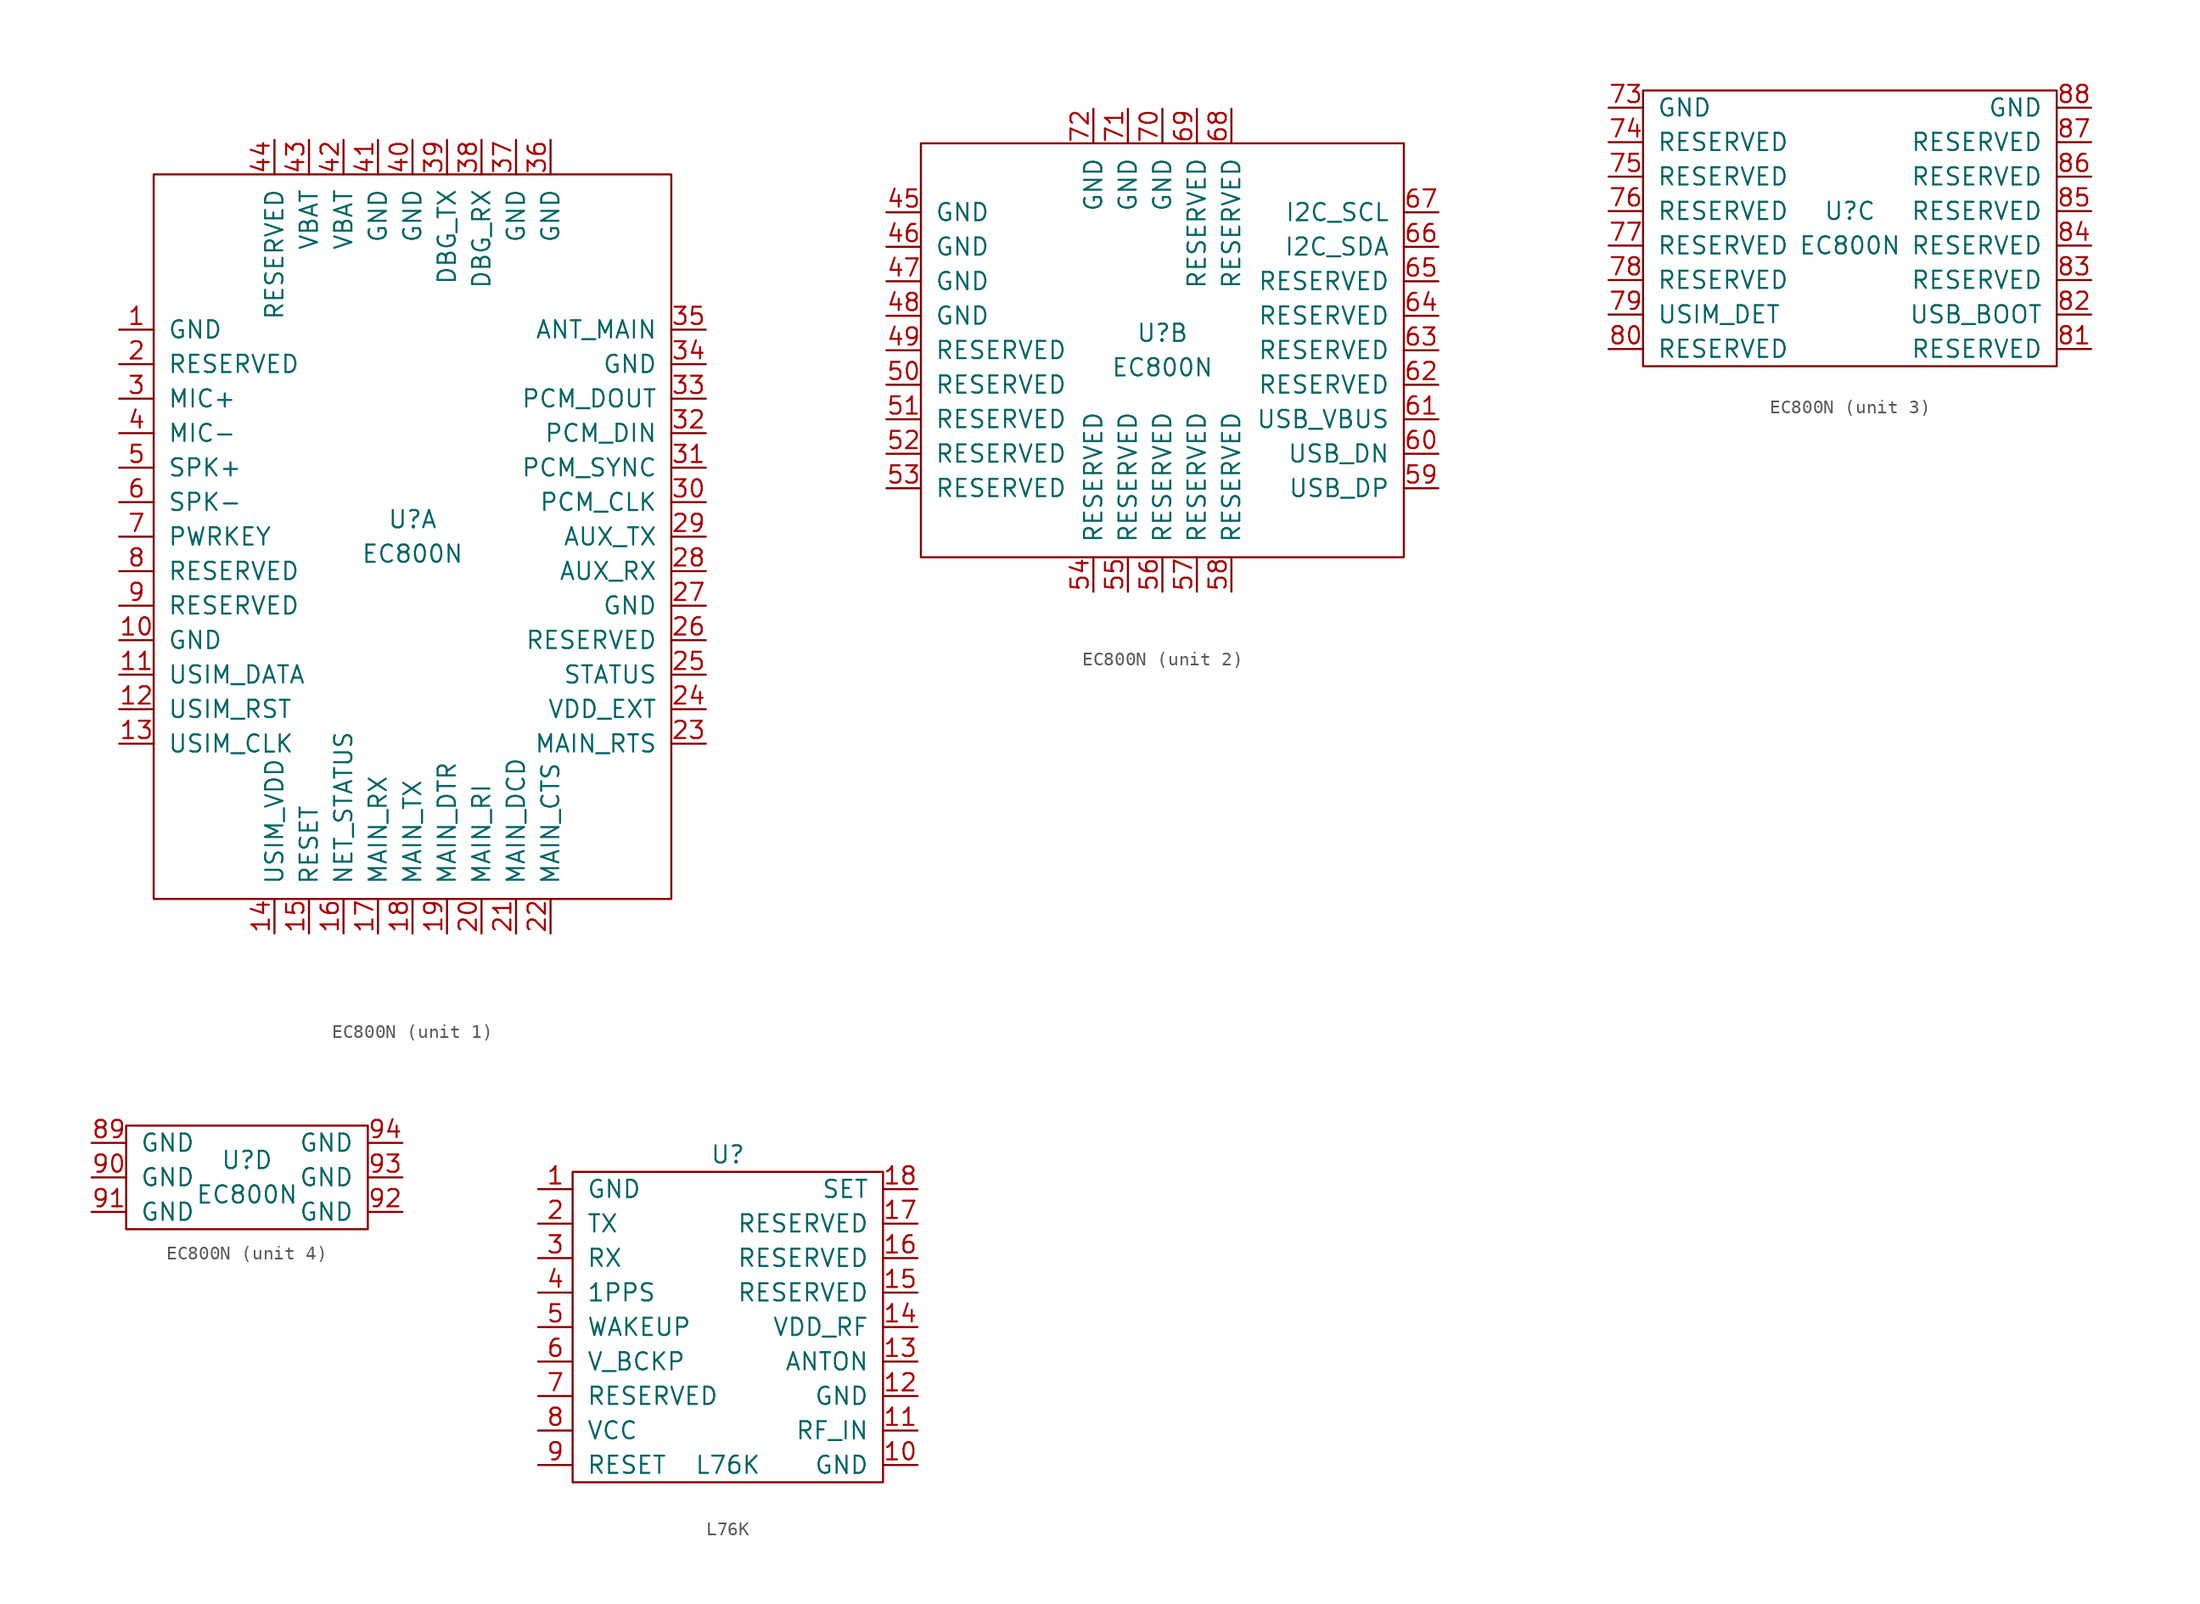
<source format=kicad_sym>
(kicad_symbol_lib
  (version 20211014)
  (generator kicad_symbol_editor)
  (symbol "EC800N"
    (pin_names
      (offset 1.016))
    (property "Reference" "U"
      (at 0 1.27 0)
      (effects (font (size 1.27 1.27))))
    (property "Value" "EC800N"
      (at 0 -1.27 0)
      (effects (font (size 1.27 1.27))))
    (property "ki_locked" ""
      (at 0 0 0)
      (effects (font (size 1.27 1.27))))
    (symbol "EC800N_1_1"
      (rectangle (start -19.05 26.67) (end 19.05 -26.67) (stroke (width 0) (type default) (color 0 0 0 0)) (fill (type none)))
      (pin power_in line (at -21.59 15.24 0) (length 2.54) (name "GND" (effects (font (size 1.27 1.27)))) (number "1" (effects (font (size 1.27 1.27)))))
      (pin power_in line (at -21.59 -7.62 0) (length 2.54) (name "GND" (effects (font (size 1.27 1.27)))) (number "10" (effects (font (size 1.27 1.27)))))
      (pin bidirectional line (at -21.59 -10.16 0) (length 2.54) (name "USIM_DATA" (effects (font (size 1.27 1.27)))) (number "11" (effects (font (size 1.27 1.27)))))
      (pin bidirectional line (at -21.59 -12.7 0) (length 2.54) (name "USIM_RST" (effects (font (size 1.27 1.27)))) (number "12" (effects (font (size 1.27 1.27)))))
      (pin bidirectional line (at -21.59 -15.24 0) (length 2.54) (name "USIM_CLK" (effects (font (size 1.27 1.27)))) (number "13" (effects (font (size 1.27 1.27)))))
      (pin power_out line (at -10.16 -29.21 90) (length 2.54) (name "USIM_VDD" (effects (font (size 1.27 1.27)))) (number "14" (effects (font (size 1.27 1.27)))))
      (pin bidirectional line (at -7.62 -29.21 90) (length 2.54) (name "RESET" (effects (font (size 1.27 1.27)))) (number "15" (effects (font (size 1.27 1.27)))))
      (pin bidirectional line (at -5.08 -29.21 90) (length 2.54) (name "NET_STATUS" (effects (font (size 1.27 1.27)))) (number "16" (effects (font (size 1.27 1.27)))))
      (pin bidirectional line (at -2.54 -29.21 90) (length 2.54) (name "MAIN_RX" (effects (font (size 1.27 1.27)))) (number "17" (effects (font (size 1.27 1.27)))))
      (pin bidirectional line (at 0 -29.21 90) (length 2.54) (name "MAIN_TX" (effects (font (size 1.27 1.27)))) (number "18" (effects (font (size 1.27 1.27)))))
      (pin bidirectional line (at 2.54 -29.21 90) (length 2.54) (name "MAIN_DTR" (effects (font (size 1.27 1.27)))) (number "19" (effects (font (size 1.27 1.27)))))
      (pin bidirectional line (at -21.59 12.7 0) (length 2.54) (name "RESERVED" (effects (font (size 1.27 1.27)))) (number "2" (effects (font (size 1.27 1.27)))))
      (pin bidirectional line (at 5.08 -29.21 90) (length 2.54) (name "MAIN_RI" (effects (font (size 1.27 1.27)))) (number "20" (effects (font (size 1.27 1.27)))))
      (pin bidirectional line (at 7.62 -29.21 90) (length 2.54) (name "MAIN_DCD" (effects (font (size 1.27 1.27)))) (number "21" (effects (font (size 1.27 1.27)))))
      (pin bidirectional line (at 10.16 -29.21 90) (length 2.54) (name "MAIN_CTS" (effects (font (size 1.27 1.27)))) (number "22" (effects (font (size 1.27 1.27)))))
      (pin bidirectional line (at 21.59 -15.24 180) (length 2.54) (name "MAIN_RTS" (effects (font (size 1.27 1.27)))) (number "23" (effects (font (size 1.27 1.27)))))
      (pin power_out line (at 21.59 -12.7 180) (length 2.54) (name "VDD_EXT" (effects (font (size 1.27 1.27)))) (number "24" (effects (font (size 1.27 1.27)))))
      (pin bidirectional line (at 21.59 -10.16 180) (length 2.54) (name "STATUS" (effects (font (size 1.27 1.27)))) (number "25" (effects (font (size 1.27 1.27)))))
      (pin bidirectional line (at 21.59 -7.62 180) (length 2.54) (name "RESERVED" (effects (font (size 1.27 1.27)))) (number "26" (effects (font (size 1.27 1.27)))))
      (pin power_in line (at 21.59 -5.08 180) (length 2.54) (name "GND" (effects (font (size 1.27 1.27)))) (number "27" (effects (font (size 1.27 1.27)))))
      (pin bidirectional line (at 21.59 -2.54 180) (length 2.54) (name "AUX_RX" (effects (font (size 1.27 1.27)))) (number "28" (effects (font (size 1.27 1.27)))))
      (pin bidirectional line (at 21.59 0 180) (length 2.54) (name "AUX_TX" (effects (font (size 1.27 1.27)))) (number "29" (effects (font (size 1.27 1.27)))))
      (pin bidirectional line (at -21.59 10.16 0) (length 2.54) (name "MIC+" (effects (font (size 1.27 1.27)))) (number "3" (effects (font (size 1.27 1.27)))))
      (pin bidirectional line (at 21.59 2.54 180) (length 2.54) (name "PCM_CLK" (effects (font (size 1.27 1.27)))) (number "30" (effects (font (size 1.27 1.27)))))
      (pin bidirectional line (at 21.59 5.08 180) (length 2.54) (name "PCM_SYNC" (effects (font (size 1.27 1.27)))) (number "31" (effects (font (size 1.27 1.27)))))
      (pin bidirectional line (at 21.59 7.62 180) (length 2.54) (name "PCM_DIN" (effects (font (size 1.27 1.27)))) (number "32" (effects (font (size 1.27 1.27)))))
      (pin bidirectional line (at 21.59 10.16 180) (length 2.54) (name "PCM_DOUT" (effects (font (size 1.27 1.27)))) (number "33" (effects (font (size 1.27 1.27)))))
      (pin power_in line (at 21.59 12.7 180) (length 2.54) (name "GND" (effects (font (size 1.27 1.27)))) (number "34" (effects (font (size 1.27 1.27)))))
      (pin bidirectional line (at 21.59 15.24 180) (length 2.54) (name "ANT_MAIN" (effects (font (size 1.27 1.27)))) (number "35" (effects (font (size 1.27 1.27)))))
      (pin power_in line (at 10.16 29.21 270) (length 2.54) (name "GND" (effects (font (size 1.27 1.27)))) (number "36" (effects (font (size 1.27 1.27)))))
      (pin power_in line (at 7.62 29.21 270) (length 2.54) (name "GND" (effects (font (size 1.27 1.27)))) (number "37" (effects (font (size 1.27 1.27)))))
      (pin bidirectional line (at 5.08 29.21 270) (length 2.54) (name "DBG_RX" (effects (font (size 1.27 1.27)))) (number "38" (effects (font (size 1.27 1.27)))))
      (pin bidirectional line (at 2.54 29.21 270) (length 2.54) (name "DBG_TX" (effects (font (size 1.27 1.27)))) (number "39" (effects (font (size 1.27 1.27)))))
      (pin bidirectional line (at -21.59 7.62 0) (length 2.54) (name "MIC-" (effects (font (size 1.27 1.27)))) (number "4" (effects (font (size 1.27 1.27)))))
      (pin power_in line (at 0 29.21 270) (length 2.54) (name "GND" (effects (font (size 1.27 1.27)))) (number "40" (effects (font (size 1.27 1.27)))))
      (pin power_in line (at -2.54 29.21 270) (length 2.54) (name "GND" (effects (font (size 1.27 1.27)))) (number "41" (effects (font (size 1.27 1.27)))))
      (pin power_in line (at -5.08 29.21 270) (length 2.54) (name "VBAT" (effects (font (size 1.27 1.27)))) (number "42" (effects (font (size 1.27 1.27)))))
      (pin power_in line (at -7.62 29.21 270) (length 2.54) (name "VBAT" (effects (font (size 1.27 1.27)))) (number "43" (effects (font (size 1.27 1.27)))))
      (pin bidirectional line (at -10.16 29.21 270) (length 2.54) (name "RESERVED" (effects (font (size 1.27 1.27)))) (number "44" (effects (font (size 1.27 1.27)))))
      (pin bidirectional line (at -21.59 5.08 0) (length 2.54) (name "SPK+" (effects (font (size 1.27 1.27)))) (number "5" (effects (font (size 1.27 1.27)))))
      (pin bidirectional line (at -21.59 2.54 0) (length 2.54) (name "SPK-" (effects (font (size 1.27 1.27)))) (number "6" (effects (font (size 1.27 1.27)))))
      (pin bidirectional line (at -21.59 0 0) (length 2.54) (name "PWRKEY" (effects (font (size 1.27 1.27)))) (number "7" (effects (font (size 1.27 1.27)))))
      (pin bidirectional line (at -21.59 -2.54 0) (length 2.54) (name "RESERVED" (effects (font (size 1.27 1.27)))) (number "8" (effects (font (size 1.27 1.27)))))
      (pin bidirectional line (at -21.59 -5.08 0) (length 2.54) (name "RESERVED" (effects (font (size 1.27 1.27)))) (number "9" (effects (font (size 1.27 1.27))))))
    (symbol "EC800N_2_1"
      (rectangle (start -17.78 15.24) (end 17.78 -15.24) (stroke (width 0) (type default) (color 0 0 0 0)) (fill (type none)))
      (pin power_in line (at -20.32 10.16 0) (length 2.54) (name "GND" (effects (font (size 1.27 1.27)))) (number "45" (effects (font (size 1.27 1.27)))))
      (pin power_in line (at -20.32 7.62 0) (length 2.54) (name "GND" (effects (font (size 1.27 1.27)))) (number "46" (effects (font (size 1.27 1.27)))))
      (pin power_in line (at -20.32 5.08 0) (length 2.54) (name "GND" (effects (font (size 1.27 1.27)))) (number "47" (effects (font (size 1.27 1.27)))))
      (pin power_in line (at -20.32 2.54 0) (length 2.54) (name "GND" (effects (font (size 1.27 1.27)))) (number "48" (effects (font (size 1.27 1.27)))))
      (pin bidirectional line (at -20.32 0 0) (length 2.54) (name "RESERVED" (effects (font (size 1.27 1.27)))) (number "49" (effects (font (size 1.27 1.27)))))
      (pin bidirectional line (at -20.32 -2.54 0) (length 2.54) (name "RESERVED" (effects (font (size 1.27 1.27)))) (number "50" (effects (font (size 1.27 1.27)))))
      (pin bidirectional line (at -20.32 -5.08 0) (length 2.54) (name "RESERVED" (effects (font (size 1.27 1.27)))) (number "51" (effects (font (size 1.27 1.27)))))
      (pin bidirectional line (at -20.32 -7.62 0) (length 2.54) (name "RESERVED" (effects (font (size 1.27 1.27)))) (number "52" (effects (font (size 1.27 1.27)))))
      (pin bidirectional line (at -20.32 -10.16 0) (length 2.54) (name "RESERVED" (effects (font (size 1.27 1.27)))) (number "53" (effects (font (size 1.27 1.27)))))
      (pin bidirectional line (at -5.08 -17.78 90) (length 2.54) (name "RESERVED" (effects (font (size 1.27 1.27)))) (number "54" (effects (font (size 1.27 1.27)))))
      (pin bidirectional line (at -2.54 -17.78 90) (length 2.54) (name "RESERVED" (effects (font (size 1.27 1.27)))) (number "55" (effects (font (size 1.27 1.27)))))
      (pin bidirectional line (at 0 -17.78 90) (length 2.54) (name "RESERVED" (effects (font (size 1.27 1.27)))) (number "56" (effects (font (size 1.27 1.27)))))
      (pin bidirectional line (at 2.54 -17.78 90) (length 2.54) (name "RESERVED" (effects (font (size 1.27 1.27)))) (number "57" (effects (font (size 1.27 1.27)))))
      (pin bidirectional line (at 5.08 -17.78 90) (length 2.54) (name "RESERVED" (effects (font (size 1.27 1.27)))) (number "58" (effects (font (size 1.27 1.27)))))
      (pin bidirectional line (at 20.32 -10.16 180) (length 2.54) (name "USB_DP" (effects (font (size 1.27 1.27)))) (number "59" (effects (font (size 1.27 1.27)))))
      (pin bidirectional line (at 20.32 -7.62 180) (length 2.54) (name "USB_DN" (effects (font (size 1.27 1.27)))) (number "60" (effects (font (size 1.27 1.27)))))
      (pin bidirectional line (at 20.32 -5.08 180) (length 2.54) (name "USB_VBUS" (effects (font (size 1.27 1.27)))) (number "61" (effects (font (size 1.27 1.27)))))
      (pin bidirectional line (at 20.32 -2.54 180) (length 2.54) (name "RESERVED" (effects (font (size 1.27 1.27)))) (number "62" (effects (font (size 1.27 1.27)))))
      (pin bidirectional line (at 20.32 0 180) (length 2.54) (name "RESERVED" (effects (font (size 1.27 1.27)))) (number "63" (effects (font (size 1.27 1.27)))))
      (pin bidirectional line (at 20.32 2.54 180) (length 2.54) (name "RESERVED" (effects (font (size 1.27 1.27)))) (number "64" (effects (font (size 1.27 1.27)))))
      (pin bidirectional line (at 20.32 5.08 180) (length 2.54) (name "RESERVED" (effects (font (size 1.27 1.27)))) (number "65" (effects (font (size 1.27 1.27)))))
      (pin bidirectional line (at 20.32 7.62 180) (length 2.54) (name "I2C_SDA" (effects (font (size 1.27 1.27)))) (number "66" (effects (font (size 1.27 1.27)))))
      (pin bidirectional line (at 20.32 10.16 180) (length 2.54) (name "I2C_SCL" (effects (font (size 1.27 1.27)))) (number "67" (effects (font (size 1.27 1.27)))))
      (pin bidirectional line (at 5.08 17.78 270) (length 2.54) (name "RESERVED" (effects (font (size 1.27 1.27)))) (number "68" (effects (font (size 1.27 1.27)))))
      (pin bidirectional line (at 2.54 17.78 270) (length 2.54) (name "RESERVED" (effects (font (size 1.27 1.27)))) (number "69" (effects (font (size 1.27 1.27)))))
      (pin power_in line (at 0 17.78 270) (length 2.54) (name "GND" (effects (font (size 1.27 1.27)))) (number "70" (effects (font (size 1.27 1.27)))))
      (pin power_in line (at -2.54 17.78 270) (length 2.54) (name "GND" (effects (font (size 1.27 1.27)))) (number "71" (effects (font (size 1.27 1.27)))))
      (pin power_in line (at -5.08 17.78 270) (length 2.54) (name "GND" (effects (font (size 1.27 1.27)))) (number "72" (effects (font (size 1.27 1.27))))))
    (symbol "EC800N_3_1"
      (rectangle (start -15.24 10.16) (end 15.24 -10.16) (stroke (width 0) (type default) (color 0 0 0 0)) (fill (type none)))
      (pin power_in line (at -17.78 8.89 0) (length 2.54) (name "GND" (effects (font (size 1.27 1.27)))) (number "73" (effects (font (size 1.27 1.27)))))
      (pin bidirectional line (at -17.78 6.35 0) (length 2.54) (name "RESERVED" (effects (font (size 1.27 1.27)))) (number "74" (effects (font (size 1.27 1.27)))))
      (pin bidirectional line (at -17.78 3.81 0) (length 2.54) (name "RESERVED" (effects (font (size 1.27 1.27)))) (number "75" (effects (font (size 1.27 1.27)))))
      (pin bidirectional line (at -17.78 1.27 0) (length 2.54) (name "RESERVED" (effects (font (size 1.27 1.27)))) (number "76" (effects (font (size 1.27 1.27)))))
      (pin bidirectional line (at -17.78 -1.27 0) (length 2.54) (name "RESERVED" (effects (font (size 1.27 1.27)))) (number "77" (effects (font (size 1.27 1.27)))))
      (pin bidirectional line (at -17.78 -3.81 0) (length 2.54) (name "RESERVED" (effects (font (size 1.27 1.27)))) (number "78" (effects (font (size 1.27 1.27)))))
      (pin bidirectional line (at -17.78 -6.35 0) (length 2.54) (name "USIM_DET" (effects (font (size 1.27 1.27)))) (number "79" (effects (font (size 1.27 1.27)))))
      (pin bidirectional line (at -17.78 -8.89 0) (length 2.54) (name "RESERVED" (effects (font (size 1.27 1.27)))) (number "80" (effects (font (size 1.27 1.27)))))
      (pin bidirectional line (at 17.78 -8.89 180) (length 2.54) (name "RESERVED" (effects (font (size 1.27 1.27)))) (number "81" (effects (font (size 1.27 1.27)))))
      (pin bidirectional line (at 17.78 -6.35 180) (length 2.54) (name "USB_BOOT" (effects (font (size 1.27 1.27)))) (number "82" (effects (font (size 1.27 1.27)))))
      (pin bidirectional line (at 17.78 -3.81 180) (length 2.54) (name "RESERVED" (effects (font (size 1.27 1.27)))) (number "83" (effects (font (size 1.27 1.27)))))
      (pin bidirectional line (at 17.78 -1.27 180) (length 2.54) (name "RESERVED" (effects (font (size 1.27 1.27)))) (number "84" (effects (font (size 1.27 1.27)))))
      (pin bidirectional line (at 17.78 1.27 180) (length 2.54) (name "RESERVED" (effects (font (size 1.27 1.27)))) (number "85" (effects (font (size 1.27 1.27)))))
      (pin bidirectional line (at 17.78 3.81 180) (length 2.54) (name "RESERVED" (effects (font (size 1.27 1.27)))) (number "86" (effects (font (size 1.27 1.27)))))
      (pin bidirectional line (at 17.78 6.35 180) (length 2.54) (name "RESERVED" (effects (font (size 1.27 1.27)))) (number "87" (effects (font (size 1.27 1.27)))))
      (pin power_in line (at 17.78 8.89 180) (length 2.54) (name "GND" (effects (font (size 1.27 1.27)))) (number "88" (effects (font (size 1.27 1.27))))))
    (symbol "EC800N_4_1"
      (rectangle (start -8.89 3.81) (end 8.89 -3.81) (stroke (width 0) (type default) (color 0 0 0 0)) (fill (type none)))
      (pin power_in line (at -11.43 2.54 0) (length 2.54) (name "GND" (effects (font (size 1.27 1.27)))) (number "89" (effects (font (size 1.27 1.27)))))
      (pin power_in line (at -11.43 0 0) (length 2.54) (name "GND" (effects (font (size 1.27 1.27)))) (number "90" (effects (font (size 1.27 1.27)))))
      (pin power_in line (at -11.43 -2.54 0) (length 2.54) (name "GND" (effects (font (size 1.27 1.27)))) (number "91" (effects (font (size 1.27 1.27)))))
      (pin power_in line (at 11.43 -2.54 180) (length 2.54) (name "GND" (effects (font (size 1.27 1.27)))) (number "92" (effects (font (size 1.27 1.27)))))
      (pin power_in line (at 11.43 0 180) (length 2.54) (name "GND" (effects (font (size 1.27 1.27)))) (number "93" (effects (font (size 1.27 1.27)))))
      (pin power_in line (at 11.43 2.54 180) (length 2.54) (name "GND" (effects (font (size 1.27 1.27)))) (number "94" (effects (font (size 1.27 1.27)))))))
  (symbol "L76K"
    (pin_names
      (offset 1.016))
    (property "Reference" "U"
      (at 0 12.7 0)
      (effects (font (size 1.27 1.27))))
    (property "Value" "L76K"
      (at 0 -10.16 0)
      (effects (font (size 1.27 1.27))))
    (symbol "L76K_0_1"
      (rectangle (start -11.43 11.43) (end 11.43 -11.43) (stroke (width 0) (type default) (color 0 0 0 0)) (fill (type none))))
    (symbol "L76K_1_1"
      (pin power_in line (at -13.97 10.16 0) (length 2.54) (name "GND" (effects (font (size 1.27 1.27)))) (number "1" (effects (font (size 1.27 1.27)))))
      (pin power_in line (at 13.97 -10.16 180) (length 2.54) (name "GND" (effects (font (size 1.27 1.27)))) (number "10" (effects (font (size 1.27 1.27)))))
      (pin bidirectional line (at 13.97 -7.62 180) (length 2.54) (name "RF_IN" (effects (font (size 1.27 1.27)))) (number "11" (effects (font (size 1.27 1.27)))))
      (pin power_in line (at 13.97 -5.08 180) (length 2.54) (name "GND" (effects (font (size 1.27 1.27)))) (number "12" (effects (font (size 1.27 1.27)))))
      (pin bidirectional line (at 13.97 -2.54 180) (length 2.54) (name "ANTON" (effects (font (size 1.27 1.27)))) (number "13" (effects (font (size 1.27 1.27)))))
      (pin power_out line (at 13.97 0 180) (length 2.54) (name "VDD_RF" (effects (font (size 1.27 1.27)))) (number "14" (effects (font (size 1.27 1.27)))))
      (pin bidirectional line (at 13.97 2.54 180) (length 2.54) (name "RESERVED" (effects (font (size 1.27 1.27)))) (number "15" (effects (font (size 1.27 1.27)))))
      (pin bidirectional line (at 13.97 5.08 180) (length 2.54) (name "RESERVED" (effects (font (size 1.27 1.27)))) (number "16" (effects (font (size 1.27 1.27)))))
      (pin bidirectional line (at 13.97 7.62 180) (length 2.54) (name "RESERVED" (effects (font (size 1.27 1.27)))) (number "17" (effects (font (size 1.27 1.27)))))
      (pin bidirectional line (at 13.97 10.16 180) (length 2.54) (name "SET" (effects (font (size 1.27 1.27)))) (number "18" (effects (font (size 1.27 1.27)))))
      (pin bidirectional line (at -13.97 7.62 0) (length 2.54) (name "TX" (effects (font (size 1.27 1.27)))) (number "2" (effects (font (size 1.27 1.27)))))
      (pin bidirectional line (at -13.97 5.08 0) (length 2.54) (name "RX" (effects (font (size 1.27 1.27)))) (number "3" (effects (font (size 1.27 1.27)))))
      (pin output line (at -13.97 2.54 0) (length 2.54) (name "1PPS" (effects (font (size 1.27 1.27)))) (number "4" (effects (font (size 1.27 1.27)))))
      (pin bidirectional line (at -13.97 0 0) (length 2.54) (name "WAKEUP" (effects (font (size 1.27 1.27)))) (number "5" (effects (font (size 1.27 1.27)))))
      (pin power_in line (at -13.97 -2.54 0) (length 2.54) (name "V_BCKP" (effects (font (size 1.27 1.27)))) (number "6" (effects (font (size 1.27 1.27)))))
      (pin bidirectional line (at -13.97 -5.08 0) (length 2.54) (name "RESERVED" (effects (font (size 1.27 1.27)))) (number "7" (effects (font (size 1.27 1.27)))))
      (pin power_in line (at -13.97 -7.62 0) (length 2.54) (name "VCC" (effects (font (size 1.27 1.27)))) (number "8" (effects (font (size 1.27 1.27)))))
      (pin bidirectional line (at -13.97 -10.16 0) (length 2.54) (name "RESET" (effects (font (size 1.27 1.27)))) (number "9" (effects (font (size 1.27 1.27))))))))
</source>
